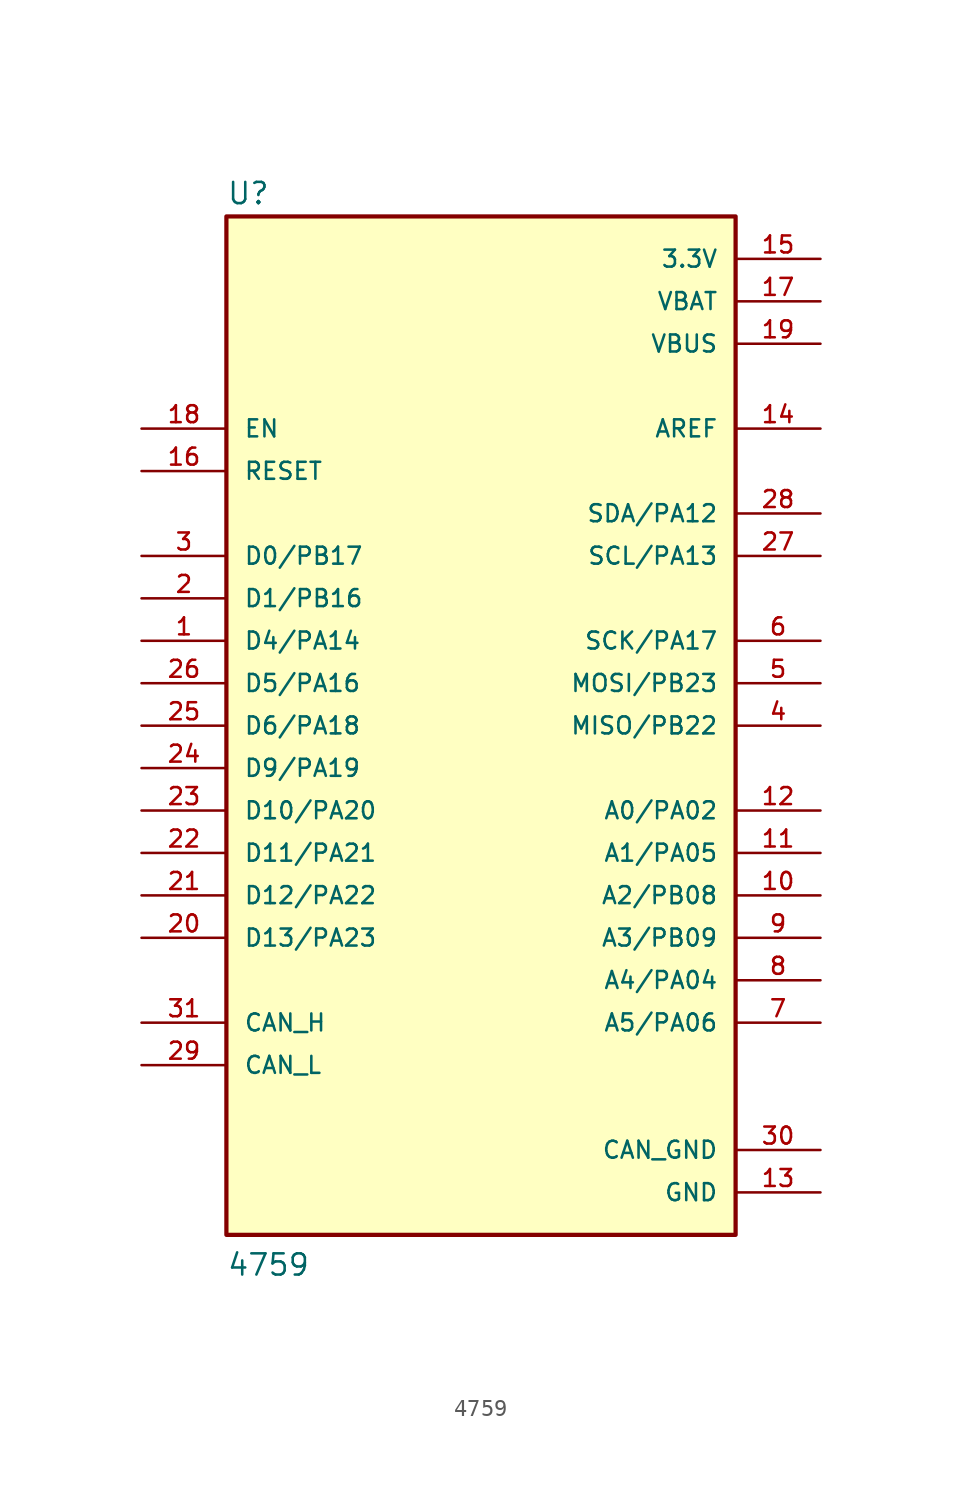
<source format=kicad_sym>
(kicad_symbol_lib
  (version 20241209)
  (generator "kicad_symbol_editor")
  (generator_version "9.0")
  (symbol "4759"
    (pin_names
      (offset 1.016))
    (property "Reference" "U"
      (at -15.24 31.115 0)
      (effects (font (size 1.27 1.27)) (justify left bottom)))
    (property "Value" "4759"
      (at -15.24 -33.02 0)
      (effects (font (size 1.27 1.27)) (justify left bottom)))
    (property "ki_locked" ""
      (at 0 0 0)
      (effects (font (size 1.27 1.27))))
    (symbol "4759_0_0"
      (rectangle (start -15.24 -30.48) (end 15.24 30.48) (stroke (width 0.254) (type solid)) (fill (type background)))
      (pin input line (at -20.32 17.78 0) (length 5.08) (name "EN" (effects (font (size 1.016 1.016)))) (number "18" (effects (font (size 1.016 1.016)))))
      (pin input line (at -20.32 15.24 0) (length 5.08) (name "RESET" (effects (font (size 1.016 1.016)))) (number "16" (effects (font (size 1.016 1.016)))))
      (pin bidirectional line (at -20.32 10.16 0) (length 5.08) (name "D0/PB17" (effects (font (size 1.016 1.016)))) (number "3" (effects (font (size 1.016 1.016)))))
      (pin bidirectional line (at -20.32 7.62 0) (length 5.08) (name "D1/PB16" (effects (font (size 1.016 1.016)))) (number "2" (effects (font (size 1.016 1.016)))))
      (pin bidirectional line (at -20.32 5.08 0) (length 5.08) (name "D4/PA14" (effects (font (size 1.016 1.016)))) (number "1" (effects (font (size 1.016 1.016)))))
      (pin bidirectional line (at -20.32 2.54 0) (length 5.08) (name "D5/PA16" (effects (font (size 1.016 1.016)))) (number "26" (effects (font (size 1.016 1.016)))))
      (pin bidirectional line (at -20.32 0 0) (length 5.08) (name "D6/PA18" (effects (font (size 1.016 1.016)))) (number "25" (effects (font (size 1.016 1.016)))))
      (pin bidirectional line (at -20.32 -2.54 0) (length 5.08) (name "D9/PA19" (effects (font (size 1.016 1.016)))) (number "24" (effects (font (size 1.016 1.016)))))
      (pin bidirectional line (at -20.32 -5.08 0) (length 5.08) (name "D10/PA20" (effects (font (size 1.016 1.016)))) (number "23" (effects (font (size 1.016 1.016)))))
      (pin bidirectional line (at -20.32 -7.62 0) (length 5.08) (name "D11/PA21" (effects (font (size 1.016 1.016)))) (number "22" (effects (font (size 1.016 1.016)))))
      (pin bidirectional line (at -20.32 -10.16 0) (length 5.08) (name "D12/PA22" (effects (font (size 1.016 1.016)))) (number "21" (effects (font (size 1.016 1.016)))))
      (pin bidirectional line (at -20.32 -12.7 0) (length 5.08) (name "D13/PA23" (effects (font (size 1.016 1.016)))) (number "20" (effects (font (size 1.016 1.016)))))
      (pin bidirectional line (at -20.32 -17.78 0) (length 5.08) (name "CAN_H" (effects (font (size 1.016 1.016)))) (number "31" (effects (font (size 1.016 1.016)))))
      (pin bidirectional line (at -20.32 -20.32 0) (length 5.08) (name "CAN_L" (effects (font (size 1.016 1.016)))) (number "29" (effects (font (size 1.016 1.016)))))
      (pin power_in line (at 20.32 27.94 180) (length 5.08) (name "3.3V" (effects (font (size 1.016 1.016)))) (number "15" (effects (font (size 1.016 1.016)))))
      (pin power_in line (at 20.32 25.4 180) (length 5.08) (name "VBAT" (effects (font (size 1.016 1.016)))) (number "17" (effects (font (size 1.016 1.016)))))
      (pin power_in line (at 20.32 22.86 180) (length 5.08) (name "VBUS" (effects (font (size 1.016 1.016)))) (number "19" (effects (font (size 1.016 1.016)))))
      (pin bidirectional line (at 20.32 17.78 180) (length 5.08) (name "AREF" (effects (font (size 1.016 1.016)))) (number "14" (effects (font (size 1.016 1.016)))))
      (pin bidirectional line (at 20.32 12.7 180) (length 5.08) (name "SDA/PA12" (effects (font (size 1.016 1.016)))) (number "28" (effects (font (size 1.016 1.016)))))
      (pin bidirectional line (at 20.32 10.16 180) (length 5.08) (name "SCL/PA13" (effects (font (size 1.016 1.016)))) (number "27" (effects (font (size 1.016 1.016)))))
      (pin bidirectional line (at 20.32 5.08 180) (length 5.08) (name "SCK/PA17" (effects (font (size 1.016 1.016)))) (number "6" (effects (font (size 1.016 1.016)))))
      (pin bidirectional line (at 20.32 2.54 180) (length 5.08) (name "MOSI/PB23" (effects (font (size 1.016 1.016)))) (number "5" (effects (font (size 1.016 1.016)))))
      (pin bidirectional line (at 20.32 0 180) (length 5.08) (name "MISO/PB22" (effects (font (size 1.016 1.016)))) (number "4" (effects (font (size 1.016 1.016)))))
      (pin bidirectional line (at 20.32 -5.08 180) (length 5.08) (name "A0/PA02" (effects (font (size 1.016 1.016)))) (number "12" (effects (font (size 1.016 1.016)))))
      (pin bidirectional line (at 20.32 -7.62 180) (length 5.08) (name "A1/PA05" (effects (font (size 1.016 1.016)))) (number "11" (effects (font (size 1.016 1.016)))))
      (pin bidirectional line (at 20.32 -10.16 180) (length 5.08) (name "A2/PB08" (effects (font (size 1.016 1.016)))) (number "10" (effects (font (size 1.016 1.016)))))
      (pin bidirectional line (at 20.32 -12.7 180) (length 5.08) (name "A3/PB09" (effects (font (size 1.016 1.016)))) (number "9" (effects (font (size 1.016 1.016)))))
      (pin bidirectional line (at 20.32 -15.24 180) (length 5.08) (name "A4/PA04" (effects (font (size 1.016 1.016)))) (number "8" (effects (font (size 1.016 1.016)))))
      (pin bidirectional line (at 20.32 -17.78 180) (length 5.08) (name "A5/PA06" (effects (font (size 1.016 1.016)))) (number "7" (effects (font (size 1.016 1.016)))))
      (pin power_in line (at 20.32 -25.4 180) (length 5.08) (name "CAN_GND" (effects (font (size 1.016 1.016)))) (number "30" (effects (font (size 1.016 1.016)))))
      (pin power_in line (at 20.32 -27.94 180) (length 5.08) (name "GND" (effects (font (size 1.016 1.016)))) (number "13" (effects (font (size 1.016 1.016))))))))
</source>
